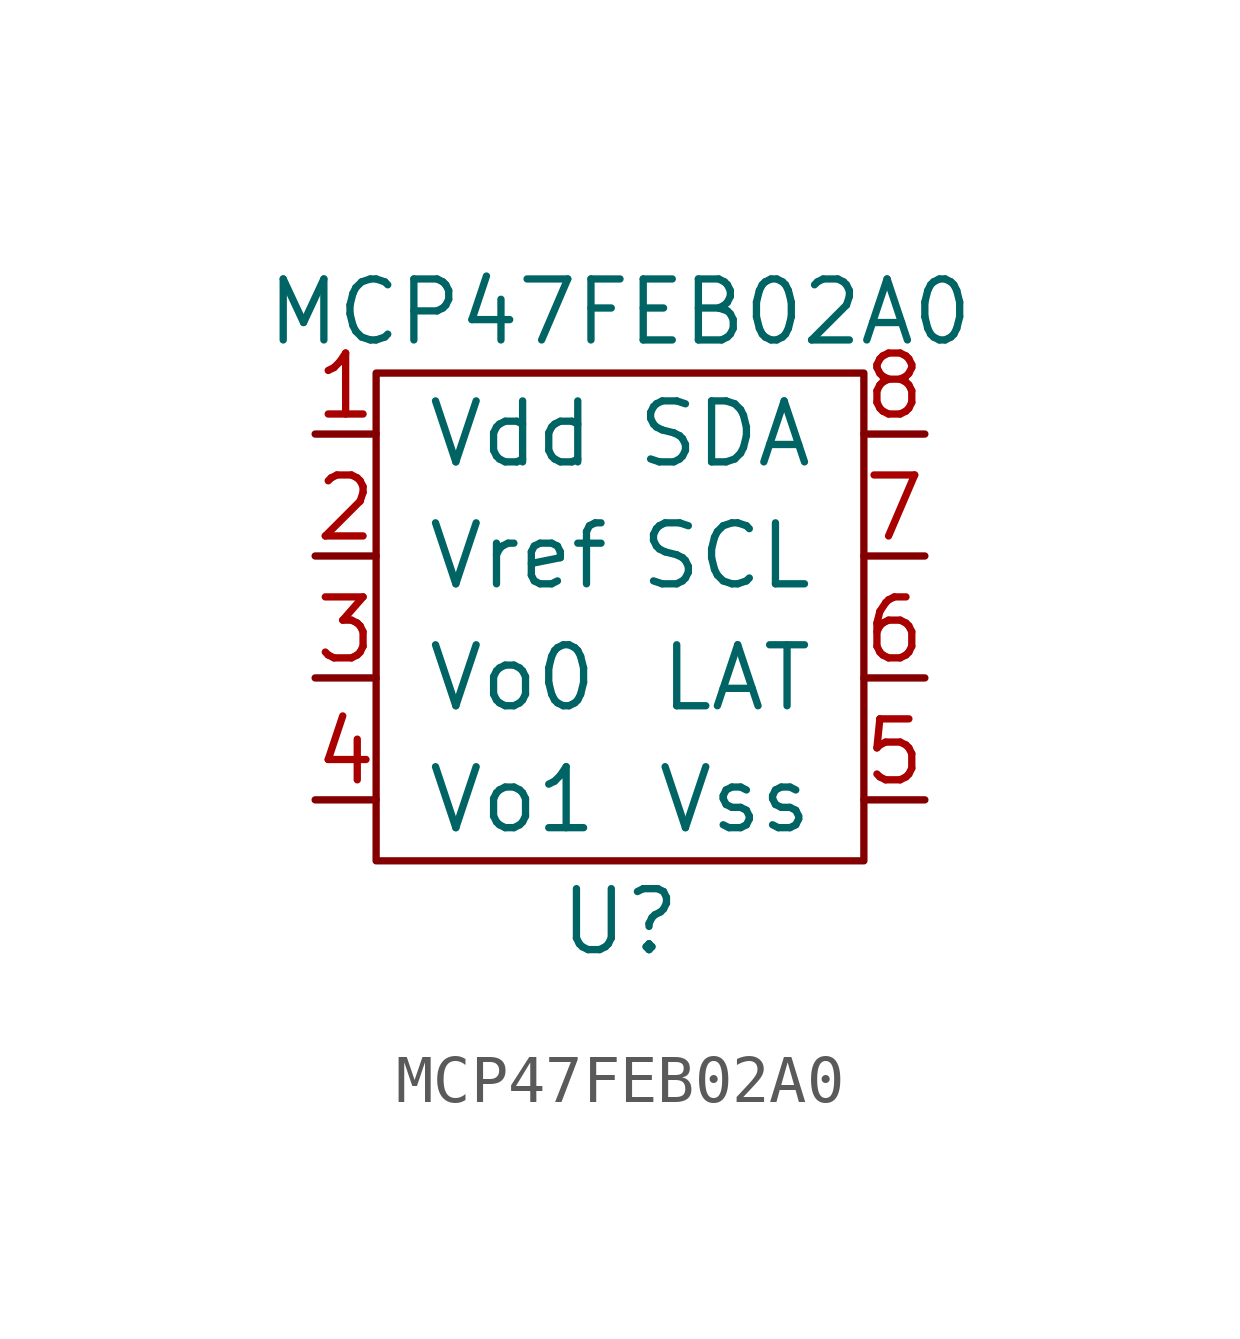
<source format=kicad_sym>
(kicad_symbol_lib
  (version 20211014)
  (generator kicad_symbol_editor)
  (symbol "MCP47FEB02A0"
    (pin_names
      (offset 1.016))
    (property "Reference" "U"
      (at 0 -6.35 0)
      (effects (font (size 1.27 1.27))))
    (property "Value" "MCP47FEB02A0"
      (at 0 6.35 0)
      (effects (font (size 1.27 1.27))))
    (symbol "MCP47FEB02A0_0_1"
      (rectangle (start -5.08 5.08) (end 5.08 -5.08) (stroke (width 0) (type default) (color 0 0 0 0)) (fill (type none))))
    (symbol "MCP47FEB02A0_1_1"
      (pin input line (at -6.35 3.81 0) (length 1.27) (name "Vdd" (effects (font (size 1.27 1.27)))) (number "1" (effects (font (size 1.27 1.27)))))
      (pin input line (at -6.35 1.27 0) (length 1.27) (name "Vref" (effects (font (size 1.27 1.27)))) (number "2" (effects (font (size 1.27 1.27)))))
      (pin input line (at -6.35 -1.27 0) (length 1.27) (name "Vo0" (effects (font (size 1.27 1.27)))) (number "3" (effects (font (size 1.27 1.27)))))
      (pin input line (at -6.35 -3.81 0) (length 1.27) (name "Vo1" (effects (font (size 1.27 1.27)))) (number "4" (effects (font (size 1.27 1.27)))))
      (pin input line (at 6.35 -3.81 180) (length 1.27) (name "Vss" (effects (font (size 1.27 1.27)))) (number "5" (effects (font (size 1.27 1.27)))))
      (pin input line (at 6.35 -1.27 180) (length 1.27) (name "LAT" (effects (font (size 1.27 1.27)))) (number "6" (effects (font (size 1.27 1.27)))))
      (pin input line (at 6.35 1.27 180) (length 1.27) (name "SCL" (effects (font (size 1.27 1.27)))) (number "7" (effects (font (size 1.27 1.27)))))
      (pin input line (at 6.35 3.81 180) (length 1.27) (name "SDA" (effects (font (size 1.27 1.27)))) (number "8" (effects (font (size 1.27 1.27))))))))
</source>
